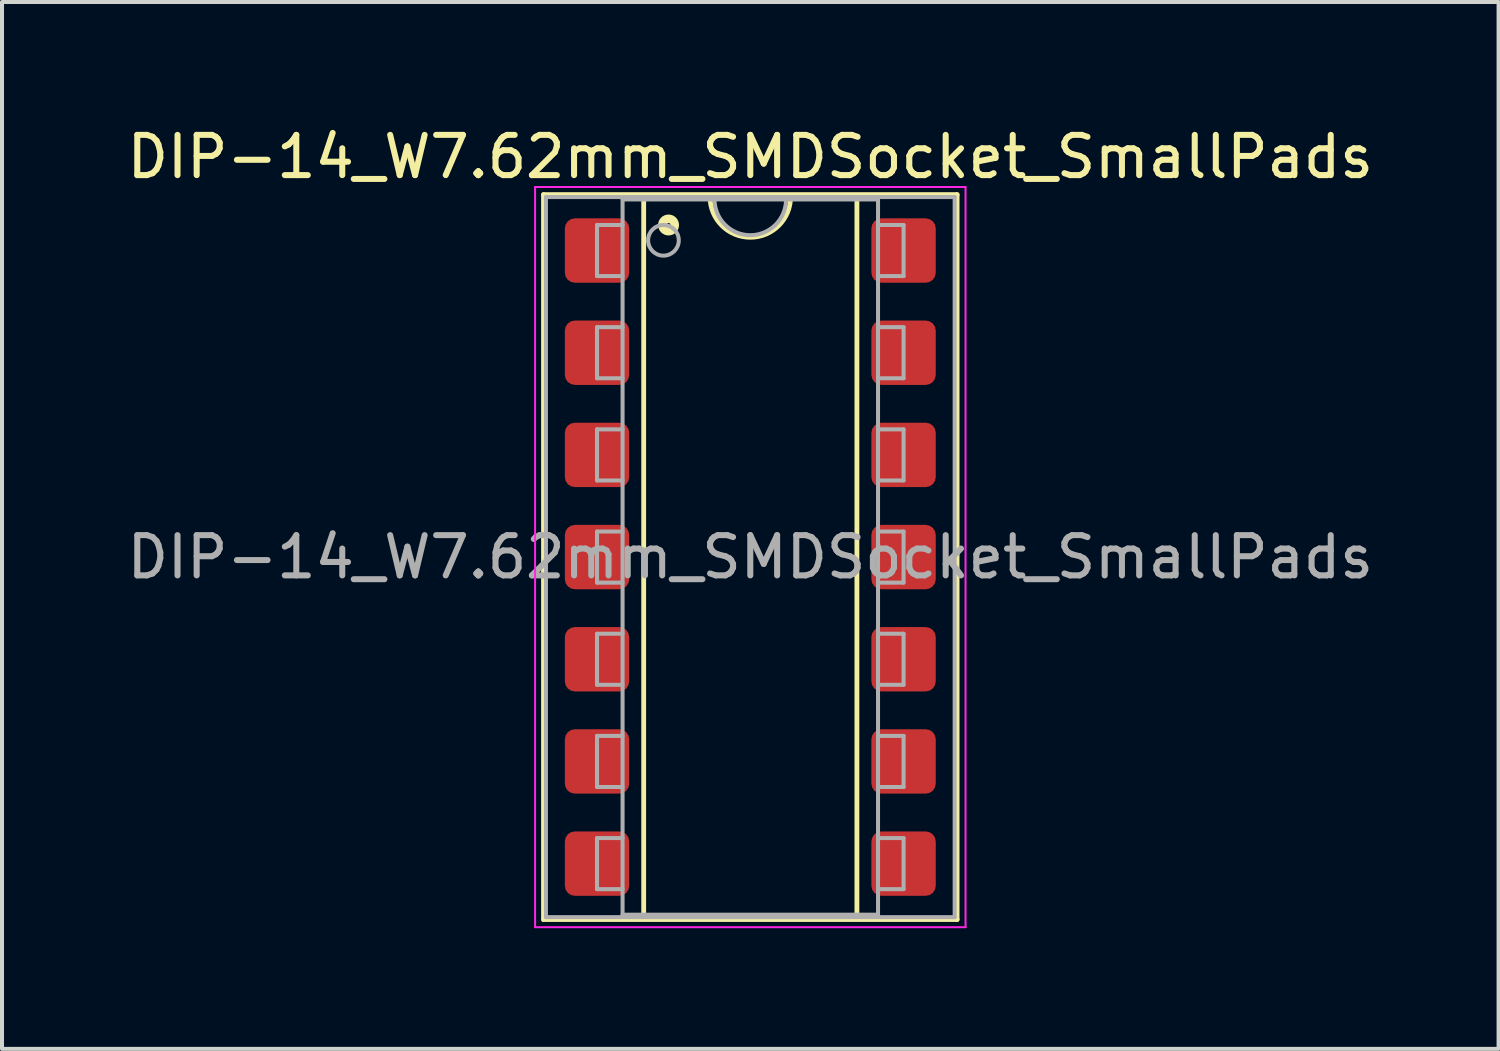
<source format=kicad_pcb>
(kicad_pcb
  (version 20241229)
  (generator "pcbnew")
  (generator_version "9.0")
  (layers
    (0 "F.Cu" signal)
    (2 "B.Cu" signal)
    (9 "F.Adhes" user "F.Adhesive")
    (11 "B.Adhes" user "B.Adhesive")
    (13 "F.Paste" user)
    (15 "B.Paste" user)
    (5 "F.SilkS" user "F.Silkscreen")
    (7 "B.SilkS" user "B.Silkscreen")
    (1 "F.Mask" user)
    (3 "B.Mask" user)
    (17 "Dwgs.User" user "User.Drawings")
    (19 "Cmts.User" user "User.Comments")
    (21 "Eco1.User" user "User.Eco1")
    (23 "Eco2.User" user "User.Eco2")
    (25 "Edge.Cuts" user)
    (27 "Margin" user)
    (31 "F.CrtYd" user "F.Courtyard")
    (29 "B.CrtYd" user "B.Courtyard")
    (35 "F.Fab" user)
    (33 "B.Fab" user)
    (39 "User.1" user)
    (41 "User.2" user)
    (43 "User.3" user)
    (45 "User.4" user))
  (footprint "DIP-14_W7.62mm_SMDSocket_SmallPads"
    (layer "F.Cu")
    (at 15.601 10.798)
    (property "Reference" "DIP-14_W7.62mm_SMDSocket_SmallPads" (at 0 -9.95 0) (layer "F.SilkS") (effects (font (size 1 1) (thickness 0.15))))
    (attr smd)
    (fp_line (start -5.14 -9.01) (end -5.14 9.01) (stroke (width 0.12) (type solid)) (layer "F.SilkS"))
    (fp_line (start -5.14 9.01) (end 5.14 9.01) (stroke (width 0.12) (type solid)) (layer "F.SilkS"))
    (fp_line (start -2.65 -8.95) (end -2.65 8.95) (stroke (width 0.12) (type solid)) (layer "F.SilkS"))
    (fp_line (start -2.65 8.95) (end 2.65 8.95) (stroke (width 0.12) (type solid)) (layer "F.SilkS"))
    (fp_line (start -1 -8.95) (end -2.65 -8.95) (stroke (width 0.12) (type solid)) (layer "F.SilkS"))
    (fp_line (start 2.65 -8.95) (end 1 -8.95) (stroke (width 0.12) (type solid)) (layer "F.SilkS"))
    (fp_line (start 2.65 8.95) (end 2.65 -8.95) (stroke (width 0.12) (type solid)) (layer "F.SilkS"))
    (fp_line (start 5.14 -9.01) (end -5.14 -9.01) (stroke (width 0.12) (type solid)) (layer "F.SilkS"))
    (fp_line (start 5.14 9.01) (end 5.14 -9.01) (stroke (width 0.12) (type solid)) (layer "F.SilkS"))
    (fp_arc (start 1 -8.95) (mid 0 -7.95) (end -1 -8.95) (stroke (width 0.12) (type solid)) (layer "F.SilkS"))
    (fp_circle (center -2.032 -8.255) (end -1.982 -8.255) (stroke (width 0.12) (type solid)) (fill no) (layer "F.SilkS"))
    (fp_circle (center -2.032 -8.255) (end -1.907 -8.255) (stroke (width 0.12) (type solid)) (fill no) (layer "F.SilkS"))
    (fp_circle (center -2.032 -8.255) (end -1.832 -8.255) (stroke (width 0.12) (type solid)) (fill no) (layer "F.SilkS"))
    (fp_line (start -5.35 -9.2) (end -5.35 9.2) (stroke (width 0.05) (type solid)) (layer "F.CrtYd"))
    (fp_line (start -5.35 9.2) (end 5.35 9.2) (stroke (width 0.05) (type solid)) (layer "F.CrtYd"))
    (fp_line (start 5.35 -9.2) (end -5.35 -9.2) (stroke (width 0.05) (type solid)) (layer "F.CrtYd"))
    (fp_line (start 5.35 9.2) (end 5.35 -9.2) (stroke (width 0.05) (type solid)) (layer "F.CrtYd"))
    (fp_line (start -5.08 -8.95) (end -5.08 8.95) (stroke (width 0.1) (type solid)) (layer "F.Fab"))
    (fp_line (start -5.08 8.95) (end 5.08 8.95) (stroke (width 0.1) (type solid)) (layer "F.Fab"))
    (fp_line (start -3.81 -8.255) (end -3.81 -6.985) (stroke (width 0.1) (type solid)) (layer "F.Fab"))
    (fp_line (start -3.81 -8.255) (end -3.175 -8.255) (stroke (width 0.1) (type solid)) (layer "F.Fab"))
    (fp_line (start -3.81 -6.985) (end -3.175 -6.985) (stroke (width 0.1) (type solid)) (layer "F.Fab"))
    (fp_line (start -3.81 -5.715) (end -3.81 -4.445) (stroke (width 0.1) (type solid)) (layer "F.Fab"))
    (fp_line (start -3.81 -5.715) (end -3.175 -5.715) (stroke (width 0.1) (type solid)) (layer "F.Fab"))
    (fp_line (start -3.81 -4.445) (end -3.175 -4.445) (stroke (width 0.1) (type solid)) (layer "F.Fab"))
    (fp_line (start -3.81 -3.175) (end -3.81 -1.905) (stroke (width 0.1) (type solid)) (layer "F.Fab"))
    (fp_line (start -3.81 -3.175) (end -3.175 -3.175) (stroke (width 0.1) (type solid)) (layer "F.Fab"))
    (fp_line (start -3.81 -1.905) (end -3.175 -1.905) (stroke (width 0.1) (type solid)) (layer "F.Fab"))
    (fp_line (start -3.81 -0.635) (end -3.81 0.635) (stroke (width 0.1) (type solid)) (layer "F.Fab"))
    (fp_line (start -3.81 -0.635) (end -3.175 -0.635) (stroke (width 0.1) (type solid)) (layer "F.Fab"))
    (fp_line (start -3.81 0.635) (end -3.175 0.635) (stroke (width 0.1) (type solid)) (layer "F.Fab"))
    (fp_line (start -3.81 1.905) (end -3.81 3.175) (stroke (width 0.1) (type solid)) (layer "F.Fab"))
    (fp_line (start -3.81 1.905) (end -3.175 1.905) (stroke (width 0.1) (type solid)) (layer "F.Fab"))
    (fp_line (start -3.81 3.175) (end -3.175 3.175) (stroke (width 0.1) (type solid)) (layer "F.Fab"))
    (fp_line (start -3.81 4.445) (end -3.81 5.715) (stroke (width 0.1) (type solid)) (layer "F.Fab"))
    (fp_line (start -3.81 4.445) (end -3.175 4.445) (stroke (width 0.1) (type solid)) (layer "F.Fab"))
    (fp_line (start -3.81 5.715) (end -3.175 5.715) (stroke (width 0.1) (type solid)) (layer "F.Fab"))
    (fp_line (start -3.81 6.985) (end -3.81 8.255) (stroke (width 0.1) (type solid)) (layer "F.Fab"))
    (fp_line (start -3.81 6.985) (end -3.175 6.985) (stroke (width 0.1) (type solid)) (layer "F.Fab"))
    (fp_line (start -3.81 8.255) (end -3.175 8.255) (stroke (width 0.1) (type solid)) (layer "F.Fab"))
    (fp_line (start -3.175 -8.89) (end 3.175 -8.89) (stroke (width 0.1) (type solid)) (layer "F.Fab"))
    (fp_line (start -3.175 8.89) (end -3.175 -8.89) (stroke (width 0.1) (type solid)) (layer "F.Fab"))
    (fp_line (start 3.175 -8.89) (end 3.175 8.89) (stroke (width 0.1) (type solid)) (layer "F.Fab"))
    (fp_line (start 3.175 8.89) (end -3.175 8.89) (stroke (width 0.1) (type solid)) (layer "F.Fab"))
    (fp_line (start 3.81 -8.255) (end 3.175 -8.255) (stroke (width 0.1) (type solid)) (layer "F.Fab"))
    (fp_line (start 3.81 -6.985) (end 3.175 -6.985) (stroke (width 0.1) (type solid)) (layer "F.Fab"))
    (fp_line (start 3.81 -6.985) (end 3.81 -8.255) (stroke (width 0.1) (type solid)) (layer "F.Fab"))
    (fp_line (start 3.81 -5.715) (end 3.175 -5.715) (stroke (width 0.1) (type solid)) (layer "F.Fab"))
    (fp_line (start 3.81 -4.445) (end 3.175 -4.445) (stroke (width 0.1) (type solid)) (layer "F.Fab"))
    (fp_line (start 3.81 -4.445) (end 3.81 -5.715) (stroke (width 0.1) (type solid)) (layer "F.Fab"))
    (fp_line (start 3.81 -3.175) (end 3.175 -3.175) (stroke (width 0.1) (type solid)) (layer "F.Fab"))
    (fp_line (start 3.81 -1.905) (end 3.175 -1.905) (stroke (width 0.1) (type solid)) (layer "F.Fab"))
    (fp_line (start 3.81 -1.905) (end 3.81 -3.175) (stroke (width 0.1) (type solid)) (layer "F.Fab"))
    (fp_line (start 3.81 -0.635) (end 3.175 -0.635) (stroke (width 0.1) (type solid)) (layer "F.Fab"))
    (fp_line (start 3.81 0.635) (end 3.175 0.635) (stroke (width 0.1) (type solid)) (layer "F.Fab"))
    (fp_line (start 3.81 0.635) (end 3.81 -0.635) (stroke (width 0.1) (type solid)) (layer "F.Fab"))
    (fp_line (start 3.81 1.905) (end 3.175 1.905) (stroke (width 0.1) (type solid)) (layer "F.Fab"))
    (fp_line (start 3.81 3.175) (end 3.175 3.175) (stroke (width 0.1) (type solid)) (layer "F.Fab"))
    (fp_line (start 3.81 3.175) (end 3.81 1.905) (stroke (width 0.1) (type solid)) (layer "F.Fab"))
    (fp_line (start 3.81 4.445) (end 3.175 4.445) (stroke (width 0.1) (type solid)) (layer "F.Fab"))
    (fp_line (start 3.81 5.715) (end 3.175 5.715) (stroke (width 0.1) (type solid)) (layer "F.Fab"))
    (fp_line (start 3.81 5.715) (end 3.81 4.445) (stroke (width 0.1) (type solid)) (layer "F.Fab"))
    (fp_line (start 3.81 6.985) (end 3.175 6.985) (stroke (width 0.1) (type solid)) (layer "F.Fab"))
    (fp_line (start 3.81 8.255) (end 3.175 8.255) (stroke (width 0.1) (type solid)) (layer "F.Fab"))
    (fp_line (start 3.81 8.255) (end 3.81 6.985) (stroke (width 0.1) (type solid)) (layer "F.Fab"))
    (fp_line (start 5.08 -8.95) (end -5.08 -8.95) (stroke (width 0.1) (type solid)) (layer "F.Fab"))
    (fp_line (start 5.08 8.95) (end 5.08 -8.95) (stroke (width 0.1) (type solid)) (layer "F.Fab"))
    (fp_arc (start 0.889 -8.89) (mid 0 -8.001) (end -0.889 -8.89) (stroke (width 0.1) (type solid)) (layer "F.Fab"))
    (fp_circle (center -2.159 -7.874) (end -1.778 -7.874) (stroke (width 0.1) (type solid)) (fill no) (layer "F.Fab"))
    (fp_text user "${REFERENCE}" (at 0 0 0) (layer "F.Fab") (effects (font (size 1 1) (thickness 0.15))))
    (pad "1" smd roundrect (at -3.81 -7.62) (size 1.6 1.6) (layers "F.Cu" "F.Mask" "F.Paste") (roundrect_rratio 0.156))
    (pad "2" smd roundrect (at -3.81 -5.08) (size 1.6 1.6) (layers "F.Cu" "F.Mask" "F.Paste") (roundrect_rratio 0.156))
    (pad "3" smd roundrect (at -3.81 -2.54) (size 1.6 1.6) (layers "F.Cu" "F.Mask" "F.Paste") (roundrect_rratio 0.156))
    (pad "4" smd roundrect (at -3.81 0) (size 1.6 1.6) (layers "F.Cu" "F.Mask" "F.Paste") (roundrect_rratio 0.156))
    (pad "5" smd roundrect (at -3.81 2.54) (size 1.6 1.6) (layers "F.Cu" "F.Mask" "F.Paste") (roundrect_rratio 0.156))
    (pad "6" smd roundrect (at -3.81 5.08) (size 1.6 1.6) (layers "F.Cu" "F.Mask" "F.Paste") (roundrect_rratio 0.156))
    (pad "7" smd roundrect (at -3.81 7.62) (size 1.6 1.6) (layers "F.Cu" "F.Mask" "F.Paste") (roundrect_rratio 0.156))
    (pad "8" smd roundrect (at 3.81 7.62) (size 1.6 1.6) (layers "F.Cu" "F.Mask" "F.Paste") (roundrect_rratio 0.156))
    (pad "9" smd roundrect (at 3.81 5.08) (size 1.6 1.6) (layers "F.Cu" "F.Mask" "F.Paste") (roundrect_rratio 0.156))
    (pad "10" smd roundrect (at 3.81 2.54) (size 1.6 1.6) (layers "F.Cu" "F.Mask" "F.Paste") (roundrect_rratio 0.156))
    (pad "11" smd roundrect (at 3.81 0) (size 1.6 1.6) (layers "F.Cu" "F.Mask" "F.Paste") (roundrect_rratio 0.156))
    (pad "12" smd roundrect (at 3.81 -2.54) (size 1.6 1.6) (layers "F.Cu" "F.Mask" "F.Paste") (roundrect_rratio 0.156))
    (pad "13" smd roundrect (at 3.81 -5.08) (size 1.6 1.6) (layers "F.Cu" "F.Mask" "F.Paste") (roundrect_rratio 0.156))
    (pad "14" smd roundrect (at 3.81 -7.62) (size 1.6 1.6) (layers "F.Cu" "F.Mask" "F.Paste") (roundrect_rratio 0.156)))
  (gr_rect
    (start -3 -3)
    (end 34.202 23.023)
    (stroke (width 0.1) (type default))
    (fill no)
    (layer "Edge.Cuts")))
</source>
